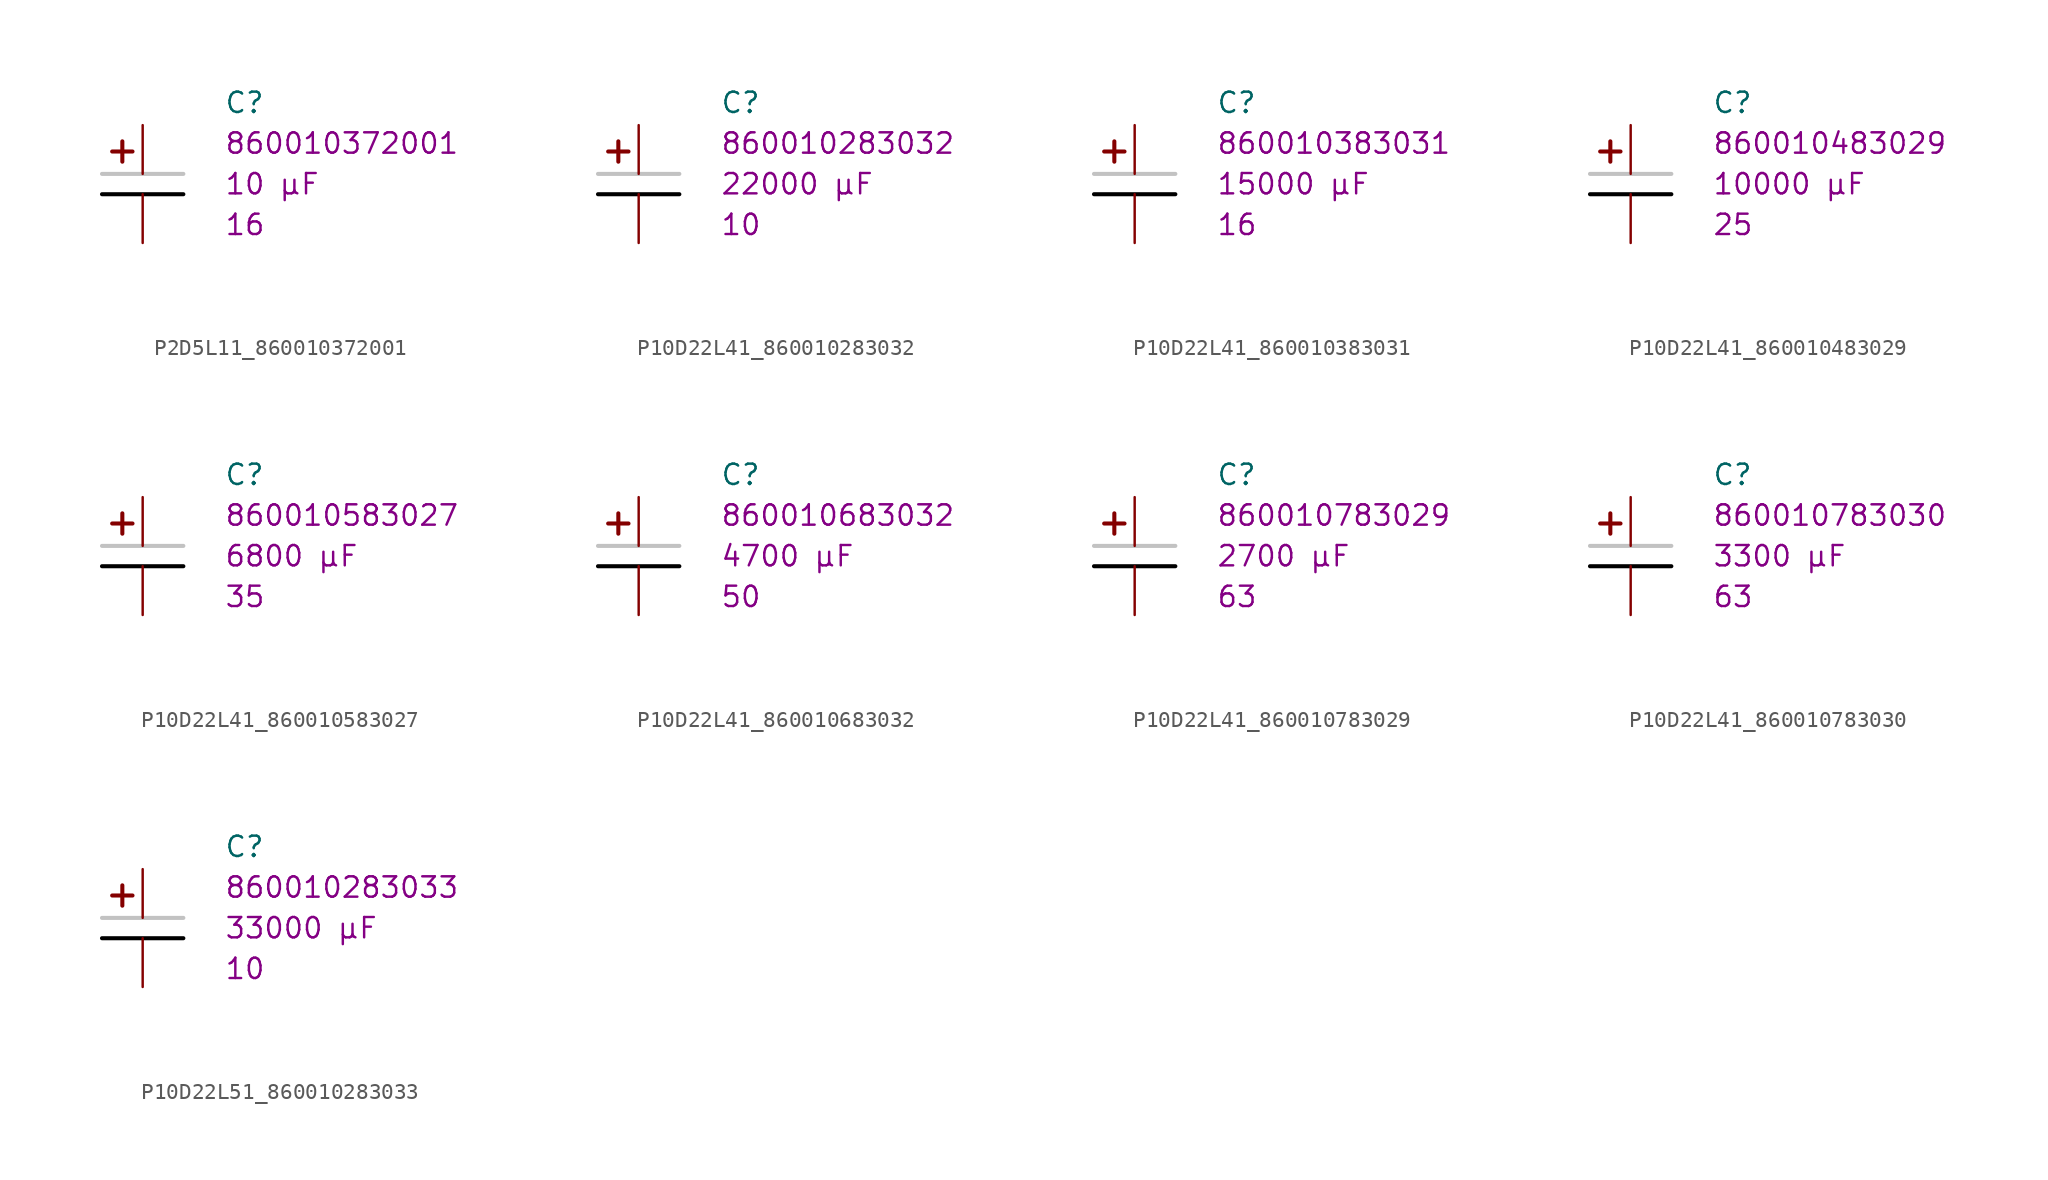
<source format=kicad_sym>
(kicad_symbol_lib
  (version 20220914)
  (generator kicad_symbol_editor)
  (symbol "P2D5L11_860010372001"
    (pin_numbers hide)
    (pin_names hide)
    (property "Reference" "C"
      (at 5.08 5.08 0)
      (effects (font (size 1.27 1.27)) (justify left)))
    (property "Part Number" "860010372001"
      (at 5.08 2.54 0)
      (effects (font (size 1.27 1.27)) (justify left)))
    (property "Capacitance" "10 µF"
      (at 5.08 0 0)
      (effects (font (size 1.27 1.27)) (justify left)))
    (property "Voltage" "16"
      (at 5.08 -2.54 0)
      (effects (font (size 1.27 1.27)) (justify left)))
    (property "Critical Parameter" ""
      (at 0 -7.62 0)
      (effects (font (size 1.27 1.27))))
    (symbol "P2D5L11_860010372001_1_1"
      (polyline (pts (xy -1.27 2.667) (xy -1.27 1.397)) (stroke (width 0.254) (type default)) (fill (type none)))
      (polyline (pts (xy -0.635 2.032) (xy -1.905 2.032)) (stroke (width 0.254) (type default)) (fill (type none)))
      (polyline (pts (xy 2.54 -0.635) (xy -2.54 -0.635)) (stroke (width 0.254) (type default) (color 0 0 0 1)) (fill (type none)))
      (polyline (pts (xy 2.54 0.635) (xy -2.54 0.635)) (stroke (width 0.254) (type default) (color 194 194 194 1)) (fill (type none)))
      (pin passive line (at 0 3.679 270) (length 3.044) (name "1" (effects (font (size 1.27 1.27)))) (number "1" (effects (font (size 1.27 1.27)))))
      (pin passive line (at 0 -3.679 90) (length 3.044) (name "2" (effects (font (size 1.27 1.27)))) (number "2" (effects (font (size 1.27 1.27)))))))
  (symbol "P10D22L41_860010283032"
    (pin_numbers hide)
    (pin_names hide)
    (property "Reference" "C"
      (at 5.08 5.08 0)
      (effects (font (size 1.27 1.27)) (justify left)))
    (property "Part Number" "860010283032"
      (at 5.08 2.54 0)
      (effects (font (size 1.27 1.27)) (justify left)))
    (property "Capacitance" "22000 µF"
      (at 5.08 0 0)
      (effects (font (size 1.27 1.27)) (justify left)))
    (property "Voltage" "10"
      (at 5.08 -2.54 0)
      (effects (font (size 1.27 1.27)) (justify left)))
    (property "Critical Parameter" ""
      (at 0 -7.62 0)
      (effects (font (size 1.27 1.27))))
    (symbol "P10D22L41_860010283032_1_1"
      (polyline (pts (xy -1.27 2.667) (xy -1.27 1.397)) (stroke (width 0.254) (type default)) (fill (type none)))
      (polyline (pts (xy -0.635 2.032) (xy -1.905 2.032)) (stroke (width 0.254) (type default)) (fill (type none)))
      (polyline (pts (xy 2.54 -0.635) (xy -2.54 -0.635)) (stroke (width 0.254) (type default) (color 0 0 0 1)) (fill (type none)))
      (polyline (pts (xy 2.54 0.635) (xy -2.54 0.635)) (stroke (width 0.254) (type default) (color 194 194 194 1)) (fill (type none)))
      (pin passive line (at 0 3.679 270) (length 3.044) (name "1" (effects (font (size 1.27 1.27)))) (number "1" (effects (font (size 1.27 1.27)))))
      (pin passive line (at 0 -3.679 90) (length 3.044) (name "2" (effects (font (size 1.27 1.27)))) (number "2" (effects (font (size 1.27 1.27)))))))
  (symbol "P10D22L41_860010383031"
    (pin_numbers hide)
    (pin_names hide)
    (property "Reference" "C"
      (at 5.08 5.08 0)
      (effects (font (size 1.27 1.27)) (justify left)))
    (property "Part Number" "860010383031"
      (at 5.08 2.54 0)
      (effects (font (size 1.27 1.27)) (justify left)))
    (property "Capacitance" "15000 µF"
      (at 5.08 0 0)
      (effects (font (size 1.27 1.27)) (justify left)))
    (property "Voltage" "16"
      (at 5.08 -2.54 0)
      (effects (font (size 1.27 1.27)) (justify left)))
    (property "Critical Parameter" ""
      (at 0 -7.62 0)
      (effects (font (size 1.27 1.27))))
    (symbol "P10D22L41_860010383031_1_1"
      (polyline (pts (xy -1.27 2.667) (xy -1.27 1.397)) (stroke (width 0.254) (type default)) (fill (type none)))
      (polyline (pts (xy -0.635 2.032) (xy -1.905 2.032)) (stroke (width 0.254) (type default)) (fill (type none)))
      (polyline (pts (xy 2.54 -0.635) (xy -2.54 -0.635)) (stroke (width 0.254) (type default) (color 0 0 0 1)) (fill (type none)))
      (polyline (pts (xy 2.54 0.635) (xy -2.54 0.635)) (stroke (width 0.254) (type default) (color 194 194 194 1)) (fill (type none)))
      (pin passive line (at 0 3.679 270) (length 3.044) (name "1" (effects (font (size 1.27 1.27)))) (number "1" (effects (font (size 1.27 1.27)))))
      (pin passive line (at 0 -3.679 90) (length 3.044) (name "2" (effects (font (size 1.27 1.27)))) (number "2" (effects (font (size 1.27 1.27)))))))
  (symbol "P10D22L41_860010483029"
    (pin_numbers hide)
    (pin_names hide)
    (property "Reference" "C"
      (at 5.08 5.08 0)
      (effects (font (size 1.27 1.27)) (justify left)))
    (property "Part Number" "860010483029"
      (at 5.08 2.54 0)
      (effects (font (size 1.27 1.27)) (justify left)))
    (property "Capacitance" "10000 µF"
      (at 5.08 0 0)
      (effects (font (size 1.27 1.27)) (justify left)))
    (property "Voltage" "25"
      (at 5.08 -2.54 0)
      (effects (font (size 1.27 1.27)) (justify left)))
    (property "Critical Parameter" ""
      (at 0 -7.62 0)
      (effects (font (size 1.27 1.27))))
    (symbol "P10D22L41_860010483029_1_1"
      (polyline (pts (xy -1.27 2.667) (xy -1.27 1.397)) (stroke (width 0.254) (type default)) (fill (type none)))
      (polyline (pts (xy -0.635 2.032) (xy -1.905 2.032)) (stroke (width 0.254) (type default)) (fill (type none)))
      (polyline (pts (xy 2.54 -0.635) (xy -2.54 -0.635)) (stroke (width 0.254) (type default) (color 0 0 0 1)) (fill (type none)))
      (polyline (pts (xy 2.54 0.635) (xy -2.54 0.635)) (stroke (width 0.254) (type default) (color 194 194 194 1)) (fill (type none)))
      (pin passive line (at 0 3.679 270) (length 3.044) (name "1" (effects (font (size 1.27 1.27)))) (number "1" (effects (font (size 1.27 1.27)))))
      (pin passive line (at 0 -3.679 90) (length 3.044) (name "2" (effects (font (size 1.27 1.27)))) (number "2" (effects (font (size 1.27 1.27)))))))
  (symbol "P10D22L41_860010583027"
    (pin_numbers hide)
    (pin_names hide)
    (property "Reference" "C"
      (at 5.08 5.08 0)
      (effects (font (size 1.27 1.27)) (justify left)))
    (property "Part Number" "860010583027"
      (at 5.08 2.54 0)
      (effects (font (size 1.27 1.27)) (justify left)))
    (property "Capacitance" "6800 µF"
      (at 5.08 0 0)
      (effects (font (size 1.27 1.27)) (justify left)))
    (property "Voltage" "35"
      (at 5.08 -2.54 0)
      (effects (font (size 1.27 1.27)) (justify left)))
    (property "Critical Parameter" ""
      (at 0 -7.62 0)
      (effects (font (size 1.27 1.27))))
    (symbol "P10D22L41_860010583027_1_1"
      (polyline (pts (xy -1.27 2.667) (xy -1.27 1.397)) (stroke (width 0.254) (type default)) (fill (type none)))
      (polyline (pts (xy -0.635 2.032) (xy -1.905 2.032)) (stroke (width 0.254) (type default)) (fill (type none)))
      (polyline (pts (xy 2.54 -0.635) (xy -2.54 -0.635)) (stroke (width 0.254) (type default) (color 0 0 0 1)) (fill (type none)))
      (polyline (pts (xy 2.54 0.635) (xy -2.54 0.635)) (stroke (width 0.254) (type default) (color 194 194 194 1)) (fill (type none)))
      (pin passive line (at 0 3.679 270) (length 3.044) (name "1" (effects (font (size 1.27 1.27)))) (number "1" (effects (font (size 1.27 1.27)))))
      (pin passive line (at 0 -3.679 90) (length 3.044) (name "2" (effects (font (size 1.27 1.27)))) (number "2" (effects (font (size 1.27 1.27)))))))
  (symbol "P10D22L41_860010683032"
    (pin_numbers hide)
    (pin_names hide)
    (property "Reference" "C"
      (at 5.08 5.08 0)
      (effects (font (size 1.27 1.27)) (justify left)))
    (property "Part Number" "860010683032"
      (at 5.08 2.54 0)
      (effects (font (size 1.27 1.27)) (justify left)))
    (property "Capacitance" "4700 µF"
      (at 5.08 0 0)
      (effects (font (size 1.27 1.27)) (justify left)))
    (property "Voltage" "50"
      (at 5.08 -2.54 0)
      (effects (font (size 1.27 1.27)) (justify left)))
    (property "Critical Parameter" ""
      (at 0 -7.62 0)
      (effects (font (size 1.27 1.27))))
    (symbol "P10D22L41_860010683032_1_1"
      (polyline (pts (xy -1.27 2.667) (xy -1.27 1.397)) (stroke (width 0.254) (type default)) (fill (type none)))
      (polyline (pts (xy -0.635 2.032) (xy -1.905 2.032)) (stroke (width 0.254) (type default)) (fill (type none)))
      (polyline (pts (xy 2.54 -0.635) (xy -2.54 -0.635)) (stroke (width 0.254) (type default) (color 0 0 0 1)) (fill (type none)))
      (polyline (pts (xy 2.54 0.635) (xy -2.54 0.635)) (stroke (width 0.254) (type default) (color 194 194 194 1)) (fill (type none)))
      (pin passive line (at 0 3.679 270) (length 3.044) (name "1" (effects (font (size 1.27 1.27)))) (number "1" (effects (font (size 1.27 1.27)))))
      (pin passive line (at 0 -3.679 90) (length 3.044) (name "2" (effects (font (size 1.27 1.27)))) (number "2" (effects (font (size 1.27 1.27)))))))
  (symbol "P10D22L41_860010783029"
    (pin_numbers hide)
    (pin_names hide)
    (property "Reference" "C"
      (at 5.08 5.08 0)
      (effects (font (size 1.27 1.27)) (justify left)))
    (property "Part Number" "860010783029"
      (at 5.08 2.54 0)
      (effects (font (size 1.27 1.27)) (justify left)))
    (property "Capacitance" "2700 µF"
      (at 5.08 0 0)
      (effects (font (size 1.27 1.27)) (justify left)))
    (property "Voltage" "63"
      (at 5.08 -2.54 0)
      (effects (font (size 1.27 1.27)) (justify left)))
    (property "Critical Parameter" ""
      (at 0 -7.62 0)
      (effects (font (size 1.27 1.27))))
    (symbol "P10D22L41_860010783029_1_1"
      (polyline (pts (xy -1.27 2.667) (xy -1.27 1.397)) (stroke (width 0.254) (type default)) (fill (type none)))
      (polyline (pts (xy -0.635 2.032) (xy -1.905 2.032)) (stroke (width 0.254) (type default)) (fill (type none)))
      (polyline (pts (xy 2.54 -0.635) (xy -2.54 -0.635)) (stroke (width 0.254) (type default) (color 0 0 0 1)) (fill (type none)))
      (polyline (pts (xy 2.54 0.635) (xy -2.54 0.635)) (stroke (width 0.254) (type default) (color 194 194 194 1)) (fill (type none)))
      (pin passive line (at 0 3.679 270) (length 3.044) (name "1" (effects (font (size 1.27 1.27)))) (number "1" (effects (font (size 1.27 1.27)))))
      (pin passive line (at 0 -3.679 90) (length 3.044) (name "2" (effects (font (size 1.27 1.27)))) (number "2" (effects (font (size 1.27 1.27)))))))
  (symbol "P10D22L41_860010783030"
    (pin_numbers hide)
    (pin_names hide)
    (property "Reference" "C"
      (at 5.08 5.08 0)
      (effects (font (size 1.27 1.27)) (justify left)))
    (property "Part Number" "860010783030"
      (at 5.08 2.54 0)
      (effects (font (size 1.27 1.27)) (justify left)))
    (property "Capacitance" "3300 µF"
      (at 5.08 0 0)
      (effects (font (size 1.27 1.27)) (justify left)))
    (property "Voltage" "63"
      (at 5.08 -2.54 0)
      (effects (font (size 1.27 1.27)) (justify left)))
    (property "Critical Parameter" ""
      (at 0 -7.62 0)
      (effects (font (size 1.27 1.27))))
    (symbol "P10D22L41_860010783030_1_1"
      (polyline (pts (xy -1.27 2.667) (xy -1.27 1.397)) (stroke (width 0.254) (type default)) (fill (type none)))
      (polyline (pts (xy -0.635 2.032) (xy -1.905 2.032)) (stroke (width 0.254) (type default)) (fill (type none)))
      (polyline (pts (xy 2.54 -0.635) (xy -2.54 -0.635)) (stroke (width 0.254) (type default) (color 0 0 0 1)) (fill (type none)))
      (polyline (pts (xy 2.54 0.635) (xy -2.54 0.635)) (stroke (width 0.254) (type default) (color 194 194 194 1)) (fill (type none)))
      (pin passive line (at 0 3.679 270) (length 3.044) (name "1" (effects (font (size 1.27 1.27)))) (number "1" (effects (font (size 1.27 1.27)))))
      (pin passive line (at 0 -3.679 90) (length 3.044) (name "2" (effects (font (size 1.27 1.27)))) (number "2" (effects (font (size 1.27 1.27)))))))
  (symbol "P10D22L51_860010283033"
    (pin_numbers hide)
    (pin_names hide)
    (property "Reference" "C"
      (at 5.08 5.08 0)
      (effects (font (size 1.27 1.27)) (justify left)))
    (property "Part Number" "860010283033"
      (at 5.08 2.54 0)
      (effects (font (size 1.27 1.27)) (justify left)))
    (property "Capacitance" "33000 µF"
      (at 5.08 0 0)
      (effects (font (size 1.27 1.27)) (justify left)))
    (property "Voltage" "10"
      (at 5.08 -2.54 0)
      (effects (font (size 1.27 1.27)) (justify left)))
    (property "Critical Parameter" ""
      (at 0 -7.62 0)
      (effects (font (size 1.27 1.27))))
    (symbol "P10D22L51_860010283033_1_1"
      (polyline (pts (xy -1.27 2.667) (xy -1.27 1.397)) (stroke (width 0.254) (type default)) (fill (type none)))
      (polyline (pts (xy -0.635 2.032) (xy -1.905 2.032)) (stroke (width 0.254) (type default)) (fill (type none)))
      (polyline (pts (xy 2.54 -0.635) (xy -2.54 -0.635)) (stroke (width 0.254) (type default) (color 0 0 0 1)) (fill (type none)))
      (polyline (pts (xy 2.54 0.635) (xy -2.54 0.635)) (stroke (width 0.254) (type default) (color 194 194 194 1)) (fill (type none)))
      (pin passive line (at 0 3.679 270) (length 3.044) (name "1" (effects (font (size 1.27 1.27)))) (number "1" (effects (font (size 1.27 1.27)))))
      (pin passive line (at 0 -3.679 90) (length 3.044) (name "2" (effects (font (size 1.27 1.27)))) (number "2" (effects (font (size 1.27 1.27))))))))
</source>
